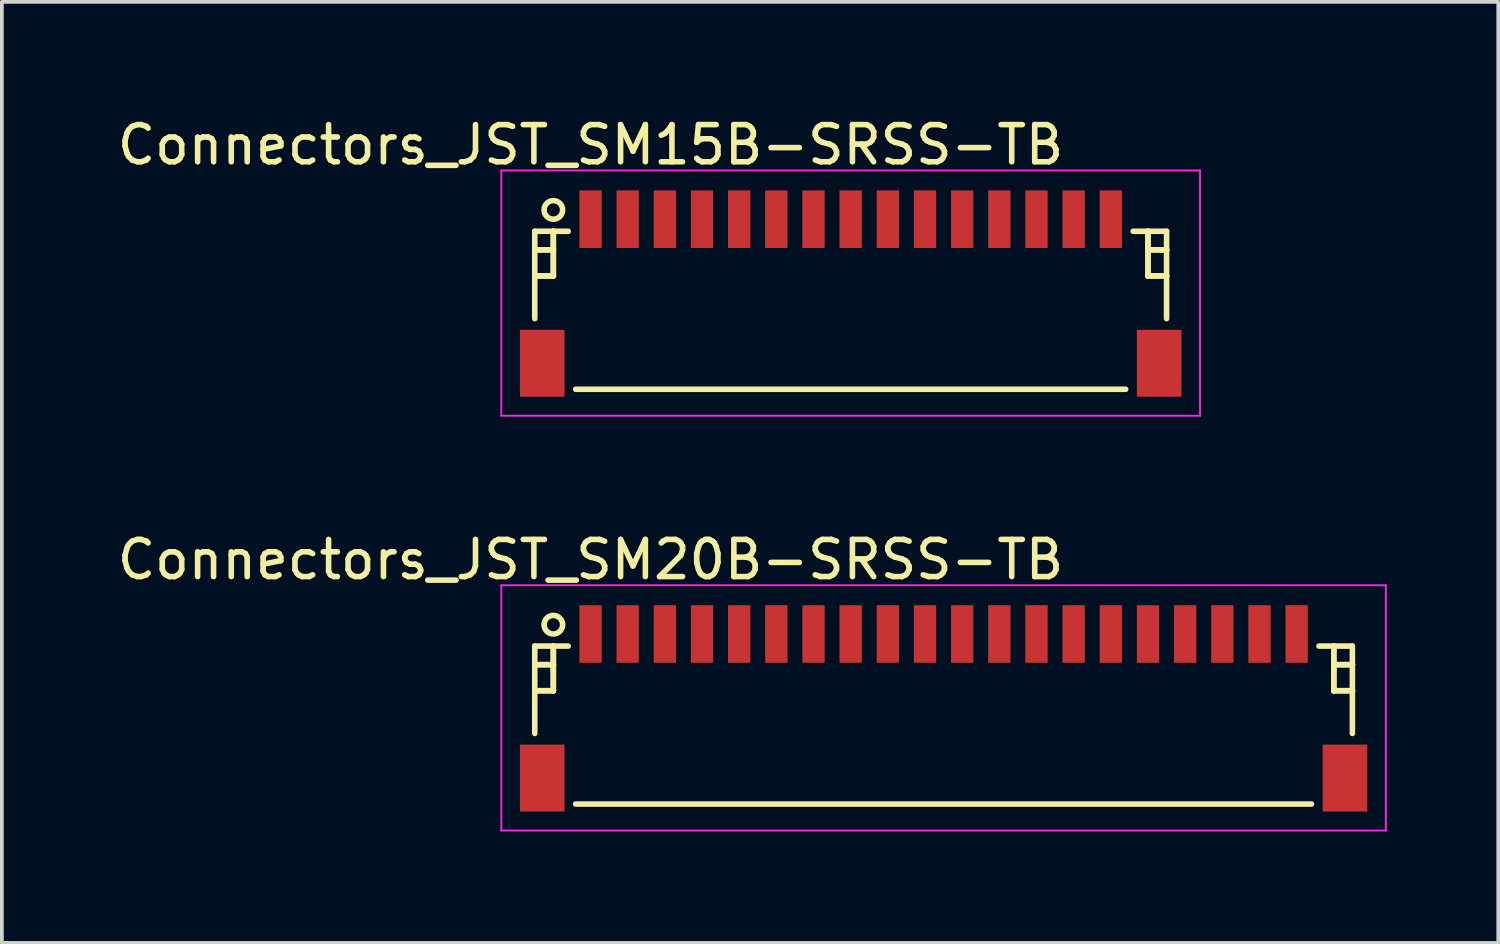
<source format=kicad_pcb>
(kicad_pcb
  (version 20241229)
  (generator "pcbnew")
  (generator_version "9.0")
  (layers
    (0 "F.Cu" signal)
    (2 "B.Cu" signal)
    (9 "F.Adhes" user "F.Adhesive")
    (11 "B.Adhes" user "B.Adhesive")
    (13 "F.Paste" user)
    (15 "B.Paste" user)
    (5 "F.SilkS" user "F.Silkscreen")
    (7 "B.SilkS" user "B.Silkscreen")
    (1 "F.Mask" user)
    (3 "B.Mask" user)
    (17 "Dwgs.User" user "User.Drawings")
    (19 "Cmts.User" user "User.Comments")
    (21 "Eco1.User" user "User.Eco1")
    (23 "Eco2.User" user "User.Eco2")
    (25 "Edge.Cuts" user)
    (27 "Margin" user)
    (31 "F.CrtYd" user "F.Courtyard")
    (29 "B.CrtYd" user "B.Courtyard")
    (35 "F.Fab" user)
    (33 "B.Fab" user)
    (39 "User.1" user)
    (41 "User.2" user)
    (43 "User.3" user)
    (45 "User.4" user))
  (footprint "Connectors_JST_SM15B-SRSS-TB"
    (layer "F.Cu")
    (at 19.839 4.786)
    (property "Reference" "Connectors_JST_SM15B-SRSS-TB" (at -7 -3.938 0) (layer "F.SilkS") (effects (font (size 1 1) (thickness 0.15))))
    (attr smd)
    (fp_line (start -8.5 -1.613) (end -7.6 -1.613) (stroke (width 0.15) (type solid)) (layer "F.SilkS"))
    (fp_line (start -8.5 -1.113) (end -8.5 -1.113) (stroke (width 0.15) (type solid)) (layer "F.SilkS"))
    (fp_line (start -8.5 -1.113) (end -8 -1.113) (stroke (width 0.15) (type solid)) (layer "F.SilkS"))
    (fp_line (start -8.5 -0.412) (end -8.5 -0.412) (stroke (width 0.15) (type solid)) (layer "F.SilkS"))
    (fp_line (start -8.5 -0.412) (end -8 -0.412) (stroke (width 0.15) (type solid)) (layer "F.SilkS"))
    (fp_line (start -8.5 0.738) (end -8.5 -1.613) (stroke (width 0.15) (type solid)) (layer "F.SilkS"))
    (fp_line (start -8 -1.613) (end -8 -1.613) (stroke (width 0.15) (type solid)) (layer "F.SilkS"))
    (fp_line (start -8 -1.613) (end -8 -0.412) (stroke (width 0.15) (type solid)) (layer "F.SilkS"))
    (fp_line (start -8 -1.113) (end -8.5 -1.113) (stroke (width 0.15) (type solid)) (layer "F.SilkS"))
    (fp_line (start -8 -1.113) (end -8 -1.113) (stroke (width 0.15) (type solid)) (layer "F.SilkS"))
    (fp_line (start -8 -0.412) (end -8.5 -0.412) (stroke (width 0.15) (type solid)) (layer "F.SilkS"))
    (fp_line (start -8 -0.412) (end -8 -1.613) (stroke (width 0.15) (type solid)) (layer "F.SilkS"))
    (fp_line (start -8 -0.412) (end -8 -0.412) (stroke (width 0.15) (type solid)) (layer "F.SilkS"))
    (fp_line (start -8 -0.412) (end -8 -0.412) (stroke (width 0.15) (type solid)) (layer "F.SilkS"))
    (fp_line (start -7.4 2.638) (end 7.4 2.638) (stroke (width 0.15) (type solid)) (layer "F.SilkS"))
    (fp_line (start 8 -1.613) (end 8 -1.613) (stroke (width 0.15) (type solid)) (layer "F.SilkS"))
    (fp_line (start 8 -1.613) (end 8 -0.412) (stroke (width 0.15) (type solid)) (layer "F.SilkS"))
    (fp_line (start 8 -1.113) (end 8 -1.113) (stroke (width 0.15) (type solid)) (layer "F.SilkS"))
    (fp_line (start 8 -1.113) (end 8.5 -1.113) (stroke (width 0.15) (type solid)) (layer "F.SilkS"))
    (fp_line (start 8 -0.412) (end 8 -1.613) (stroke (width 0.15) (type solid)) (layer "F.SilkS"))
    (fp_line (start 8 -0.412) (end 8 -0.412) (stroke (width 0.15) (type solid)) (layer "F.SilkS"))
    (fp_line (start 8 -0.412) (end 8 -0.412) (stroke (width 0.15) (type solid)) (layer "F.SilkS"))
    (fp_line (start 8 -0.412) (end 8.5 -0.412) (stroke (width 0.15) (type solid)) (layer "F.SilkS"))
    (fp_line (start 8.5 -1.613) (end 7.6 -1.613) (stroke (width 0.15) (type solid)) (layer "F.SilkS"))
    (fp_line (start 8.5 -1.113) (end 8 -1.113) (stroke (width 0.15) (type solid)) (layer "F.SilkS"))
    (fp_line (start 8.5 -1.113) (end 8.5 -1.113) (stroke (width 0.15) (type solid)) (layer "F.SilkS"))
    (fp_line (start 8.5 -0.412) (end 8 -0.412) (stroke (width 0.15) (type solid)) (layer "F.SilkS"))
    (fp_line (start 8.5 -0.412) (end 8.5 -0.412) (stroke (width 0.15) (type solid)) (layer "F.SilkS"))
    (fp_line (start 8.5 0.738) (end 8.5 -1.613) (stroke (width 0.15) (type solid)) (layer "F.SilkS"))
    (fp_circle (center -8 -2.188) (end -7.75 -2.188) (stroke (width 0.15) (type solid)) (fill no) (layer "F.SilkS"))
    (fp_line (start -9.4 -3.25) (end 9.4 -3.25) (stroke (width 0.05) (type solid)) (layer "F.CrtYd"))
    (fp_line (start -9.4 3.35) (end -9.4 -3.25) (stroke (width 0.05) (type solid)) (layer "F.CrtYd"))
    (fp_line (start 9.4 -3.25) (end 9.4 3.35) (stroke (width 0.05) (type solid)) (layer "F.CrtYd"))
    (fp_line (start 9.4 3.35) (end -9.4 3.35) (stroke (width 0.05) (type solid)) (layer "F.CrtYd"))
    (pad "" smd rect (at -8.3 1.938) (size 1.2 1.8) (layers "F.Cu" "F.Mask" "F.Paste"))
    (pad "" smd rect (at 8.3 1.938) (size 1.2 1.8) (layers "F.Cu" "F.Mask" "F.Paste"))
    (pad "1" smd rect (at -7 -1.938) (size 0.6 1.55) (layers "F.Cu" "F.Mask" "F.Paste"))
    (pad "2" smd rect (at -6 -1.938) (size 0.6 1.55) (layers "F.Cu" "F.Mask" "F.Paste"))
    (pad "3" smd rect (at -5 -1.938) (size 0.6 1.55) (layers "F.Cu" "F.Mask" "F.Paste"))
    (pad "4" smd rect (at -4 -1.938) (size 0.6 1.55) (layers "F.Cu" "F.Mask" "F.Paste"))
    (pad "5" smd rect (at -3 -1.938) (size 0.6 1.55) (layers "F.Cu" "F.Mask" "F.Paste"))
    (pad "6" smd rect (at -2 -1.938) (size 0.6 1.55) (layers "F.Cu" "F.Mask" "F.Paste"))
    (pad "7" smd rect (at -1 -1.938) (size 0.6 1.55) (layers "F.Cu" "F.Mask" "F.Paste"))
    (pad "8" smd rect (at 0 -1.938) (size 0.6 1.55) (layers "F.Cu" "F.Mask" "F.Paste"))
    (pad "9" smd rect (at 1 -1.938) (size 0.6 1.55) (layers "F.Cu" "F.Mask" "F.Paste"))
    (pad "10" smd rect (at 2 -1.938) (size 0.6 1.55) (layers "F.Cu" "F.Mask" "F.Paste"))
    (pad "11" smd rect (at 3 -1.938) (size 0.6 1.55) (layers "F.Cu" "F.Mask" "F.Paste"))
    (pad "12" smd rect (at 4 -1.938) (size 0.6 1.55) (layers "F.Cu" "F.Mask" "F.Paste"))
    (pad "13" smd rect (at 5 -1.938) (size 0.6 1.55) (layers "F.Cu" "F.Mask" "F.Paste"))
    (pad "14" smd rect (at 6 -1.938) (size 0.6 1.55) (layers "F.Cu" "F.Mask" "F.Paste"))
    (pad "15" smd rect (at 7 -1.938) (size 0.6 1.55) (layers "F.Cu" "F.Mask" "F.Paste")))
  (footprint "Connectors_JST_SM20B-SRSS-TB"
    (layer "F.Cu")
    (at 22.339 15.947)
    (property "Reference" "Connectors_JST_SM20B-SRSS-TB" (at -9.5 -3.938 0) (layer "F.SilkS") (effects (font (size 1 1) (thickness 0.15))))
    (attr smd)
    (fp_line (start -11 -1.613) (end -10.1 -1.613) (stroke (width 0.15) (type solid)) (layer "F.SilkS"))
    (fp_line (start -11 -1.113) (end -11 -1.113) (stroke (width 0.15) (type solid)) (layer "F.SilkS"))
    (fp_line (start -11 -1.113) (end -10.5 -1.113) (stroke (width 0.15) (type solid)) (layer "F.SilkS"))
    (fp_line (start -11 -0.412) (end -11 -0.412) (stroke (width 0.15) (type solid)) (layer "F.SilkS"))
    (fp_line (start -11 -0.412) (end -10.5 -0.412) (stroke (width 0.15) (type solid)) (layer "F.SilkS"))
    (fp_line (start -11 0.738) (end -11 -1.613) (stroke (width 0.15) (type solid)) (layer "F.SilkS"))
    (fp_line (start -10.5 -1.613) (end -10.5 -1.613) (stroke (width 0.15) (type solid)) (layer "F.SilkS"))
    (fp_line (start -10.5 -1.613) (end -10.5 -0.412) (stroke (width 0.15) (type solid)) (layer "F.SilkS"))
    (fp_line (start -10.5 -1.113) (end -11 -1.113) (stroke (width 0.15) (type solid)) (layer "F.SilkS"))
    (fp_line (start -10.5 -1.113) (end -10.5 -1.113) (stroke (width 0.15) (type solid)) (layer "F.SilkS"))
    (fp_line (start -10.5 -0.412) (end -11 -0.412) (stroke (width 0.15) (type solid)) (layer "F.SilkS"))
    (fp_line (start -10.5 -0.412) (end -10.5 -1.613) (stroke (width 0.15) (type solid)) (layer "F.SilkS"))
    (fp_line (start -10.5 -0.412) (end -10.5 -0.412) (stroke (width 0.15) (type solid)) (layer "F.SilkS"))
    (fp_line (start -10.5 -0.412) (end -10.5 -0.412) (stroke (width 0.15) (type solid)) (layer "F.SilkS"))
    (fp_line (start -9.9 2.638) (end 9.9 2.638) (stroke (width 0.15) (type solid)) (layer "F.SilkS"))
    (fp_line (start 10.5 -1.613) (end 10.5 -1.613) (stroke (width 0.15) (type solid)) (layer "F.SilkS"))
    (fp_line (start 10.5 -1.613) (end 10.5 -0.412) (stroke (width 0.15) (type solid)) (layer "F.SilkS"))
    (fp_line (start 10.5 -1.113) (end 10.5 -1.113) (stroke (width 0.15) (type solid)) (layer "F.SilkS"))
    (fp_line (start 10.5 -1.113) (end 11 -1.113) (stroke (width 0.15) (type solid)) (layer "F.SilkS"))
    (fp_line (start 10.5 -0.412) (end 10.5 -1.613) (stroke (width 0.15) (type solid)) (layer "F.SilkS"))
    (fp_line (start 10.5 -0.412) (end 10.5 -0.412) (stroke (width 0.15) (type solid)) (layer "F.SilkS"))
    (fp_line (start 10.5 -0.412) (end 10.5 -0.412) (stroke (width 0.15) (type solid)) (layer "F.SilkS"))
    (fp_line (start 10.5 -0.412) (end 11 -0.412) (stroke (width 0.15) (type solid)) (layer "F.SilkS"))
    (fp_line (start 11 -1.613) (end 10.1 -1.613) (stroke (width 0.15) (type solid)) (layer "F.SilkS"))
    (fp_line (start 11 -1.113) (end 10.5 -1.113) (stroke (width 0.15) (type solid)) (layer "F.SilkS"))
    (fp_line (start 11 -1.113) (end 11 -1.113) (stroke (width 0.15) (type solid)) (layer "F.SilkS"))
    (fp_line (start 11 -0.412) (end 10.5 -0.412) (stroke (width 0.15) (type solid)) (layer "F.SilkS"))
    (fp_line (start 11 -0.412) (end 11 -0.412) (stroke (width 0.15) (type solid)) (layer "F.SilkS"))
    (fp_line (start 11 0.738) (end 11 -1.613) (stroke (width 0.15) (type solid)) (layer "F.SilkS"))
    (fp_circle (center -10.5 -2.188) (end -10.25 -2.188) (stroke (width 0.15) (type solid)) (fill no) (layer "F.SilkS"))
    (fp_line (start -11.9 -3.25) (end 11.9 -3.25) (stroke (width 0.05) (type solid)) (layer "F.CrtYd"))
    (fp_line (start -11.9 3.35) (end -11.9 -3.25) (stroke (width 0.05) (type solid)) (layer "F.CrtYd"))
    (fp_line (start 11.9 -3.25) (end 11.9 3.35) (stroke (width 0.05) (type solid)) (layer "F.CrtYd"))
    (fp_line (start 11.9 3.35) (end -11.9 3.35) (stroke (width 0.05) (type solid)) (layer "F.CrtYd"))
    (pad "" smd rect (at -10.8 1.938) (size 1.2 1.8) (layers "F.Cu" "F.Mask" "F.Paste"))
    (pad "" smd rect (at 10.8 1.938) (size 1.2 1.8) (layers "F.Cu" "F.Mask" "F.Paste"))
    (pad "1" smd rect (at -9.5 -1.938) (size 0.6 1.55) (layers "F.Cu" "F.Mask" "F.Paste"))
    (pad "2" smd rect (at -8.5 -1.938) (size 0.6 1.55) (layers "F.Cu" "F.Mask" "F.Paste"))
    (pad "3" smd rect (at -7.5 -1.938) (size 0.6 1.55) (layers "F.Cu" "F.Mask" "F.Paste"))
    (pad "4" smd rect (at -6.5 -1.938) (size 0.6 1.55) (layers "F.Cu" "F.Mask" "F.Paste"))
    (pad "5" smd rect (at -5.5 -1.938) (size 0.6 1.55) (layers "F.Cu" "F.Mask" "F.Paste"))
    (pad "6" smd rect (at -4.5 -1.938) (size 0.6 1.55) (layers "F.Cu" "F.Mask" "F.Paste"))
    (pad "7" smd rect (at -3.5 -1.938) (size 0.6 1.55) (layers "F.Cu" "F.Mask" "F.Paste"))
    (pad "8" smd rect (at -2.5 -1.938) (size 0.6 1.55) (layers "F.Cu" "F.Mask" "F.Paste"))
    (pad "9" smd rect (at -1.5 -1.938) (size 0.6 1.55) (layers "F.Cu" "F.Mask" "F.Paste"))
    (pad "10" smd rect (at -0.5 -1.938) (size 0.6 1.55) (layers "F.Cu" "F.Mask" "F.Paste"))
    (pad "11" smd rect (at 0.5 -1.938) (size 0.6 1.55) (layers "F.Cu" "F.Mask" "F.Paste"))
    (pad "12" smd rect (at 1.5 -1.938) (size 0.6 1.55) (layers "F.Cu" "F.Mask" "F.Paste"))
    (pad "13" smd rect (at 2.5 -1.938) (size 0.6 1.55) (layers "F.Cu" "F.Mask" "F.Paste"))
    (pad "14" smd rect (at 3.5 -1.938) (size 0.6 1.55) (layers "F.Cu" "F.Mask" "F.Paste"))
    (pad "15" smd rect (at 4.5 -1.938) (size 0.6 1.55) (layers "F.Cu" "F.Mask" "F.Paste"))
    (pad "16" smd rect (at 5.5 -1.938) (size 0.6 1.55) (layers "F.Cu" "F.Mask" "F.Paste"))
    (pad "17" smd rect (at 6.5 -1.938) (size 0.6 1.55) (layers "F.Cu" "F.Mask" "F.Paste"))
    (pad "18" smd rect (at 7.5 -1.938) (size 0.6 1.55) (layers "F.Cu" "F.Mask" "F.Paste"))
    (pad "19" smd rect (at 8.5 -1.938) (size 0.6 1.55) (layers "F.Cu" "F.Mask" "F.Paste"))
    (pad "20" smd rect (at 9.5 -1.938) (size 0.6 1.55) (layers "F.Cu" "F.Mask" "F.Paste")))
  (gr_rect
    (start -3 -3)
    (end 37.264 22.322)
    (stroke (width 0.1) (type default))
    (fill no)
    (layer "Edge.Cuts")))
</source>
